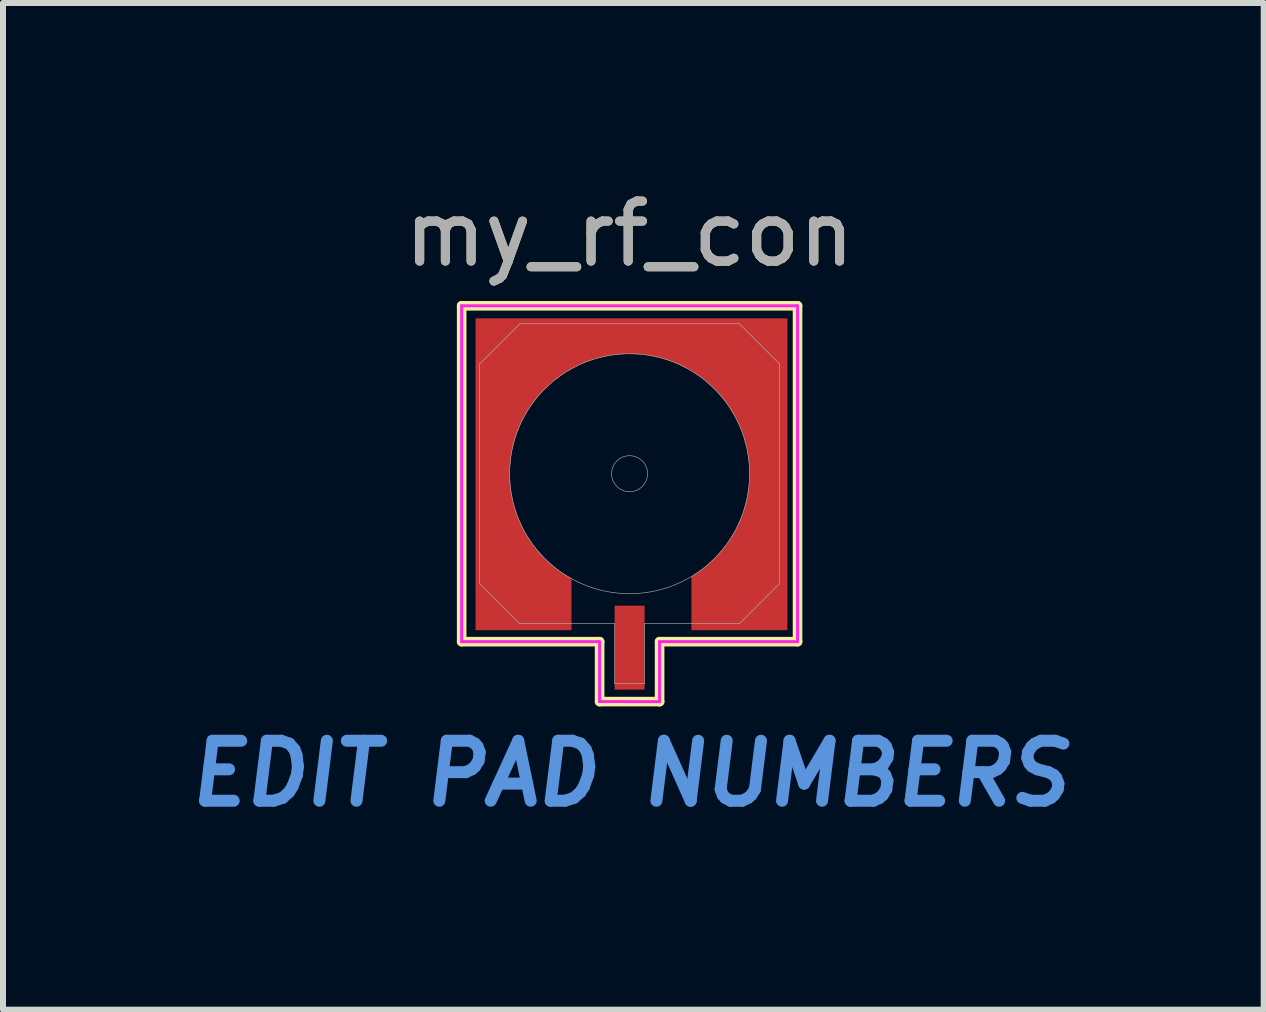
<source format=kicad_pcb>
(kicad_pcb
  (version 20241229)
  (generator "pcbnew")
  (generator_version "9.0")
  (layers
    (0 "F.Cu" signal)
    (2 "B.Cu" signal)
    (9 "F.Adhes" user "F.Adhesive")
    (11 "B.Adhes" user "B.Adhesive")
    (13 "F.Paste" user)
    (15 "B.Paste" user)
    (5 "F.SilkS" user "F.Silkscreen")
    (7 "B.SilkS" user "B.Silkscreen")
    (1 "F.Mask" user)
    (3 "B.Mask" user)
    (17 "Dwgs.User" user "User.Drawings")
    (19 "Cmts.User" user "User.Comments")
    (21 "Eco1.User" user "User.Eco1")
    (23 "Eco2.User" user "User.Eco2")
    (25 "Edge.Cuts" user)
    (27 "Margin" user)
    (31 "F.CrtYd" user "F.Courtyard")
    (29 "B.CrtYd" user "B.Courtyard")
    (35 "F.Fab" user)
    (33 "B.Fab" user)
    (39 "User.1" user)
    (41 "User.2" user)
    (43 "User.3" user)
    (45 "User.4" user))
  (footprint "my_rf_con"
    (layer "F.Cu")
    (at 7.447 4.848)
    (property "Reference" "my_rf_con" (at 0 -4 0) (layer "F.SilkS") (effects (font (size 1 1) (thickness 0.15))))
    (attr smd)
    (fp_line (start -2.8 -2.8) (end 2.8 -2.8) (stroke (width 0.16) (type solid)) (layer "F.SilkS"))
    (fp_line (start -2.8 2.8) (end -2.8 -2.8) (stroke (width 0.16) (type solid)) (layer "F.SilkS"))
    (fp_line (start -2.8 2.8) (end -0.5 2.8) (stroke (width 0.16) (type solid)) (layer "F.SilkS"))
    (fp_line (start -0.5 2.8) (end -0.5 3.799) (stroke (width 0.16) (type solid)) (layer "F.SilkS"))
    (fp_line (start -0.5 3.799) (end 0.5 3.8) (stroke (width 0.16) (type solid)) (layer "F.SilkS"))
    (fp_line (start 0.5 2.8) (end 2.8 2.8) (stroke (width 0.16) (type solid)) (layer "F.SilkS"))
    (fp_line (start 0.5 3.8) (end 0.5 2.8) (stroke (width 0.16) (type solid)) (layer "F.SilkS"))
    (fp_line (start 2.8 -2.8) (end 2.8 2.8) (stroke (width 0.16) (type solid)) (layer "F.SilkS"))
    (fp_line (start -2.8 -2.8) (end 2.8 -2.8) (stroke (width 0.05) (type solid)) (layer "F.CrtYd"))
    (fp_line (start -2.8 2.8) (end -2.8 -2.8) (stroke (width 0.05) (type solid)) (layer "F.CrtYd"))
    (fp_line (start -2.8 2.8) (end -0.5 2.8) (stroke (width 0.05) (type solid)) (layer "F.CrtYd"))
    (fp_line (start -0.5 2.8) (end -0.5 3.799) (stroke (width 0.05) (type solid)) (layer "F.CrtYd"))
    (fp_line (start -0.5 3.799) (end 0.5 3.8) (stroke (width 0.05) (type solid)) (layer "F.CrtYd"))
    (fp_line (start 0.5 2.8) (end 2.8 2.8) (stroke (width 0.05) (type solid)) (layer "F.CrtYd"))
    (fp_line (start 0.5 3.8) (end 0.5 2.8) (stroke (width 0.05) (type solid)) (layer "F.CrtYd"))
    (fp_line (start 2.8 -2.8) (end 2.8 2.8) (stroke (width 0.05) (type solid)) (layer "F.CrtYd"))
    (fp_line (start -2.5 -1.83) (end -1.83 -2.5) (stroke (width 0.01) (type solid)) (layer "F.Fab"))
    (fp_line (start -2.5 1.83) (end -2.5 -1.83) (stroke (width 0.01) (type solid)) (layer "F.Fab"))
    (fp_line (start -1.83 -2.5) (end 1.83 -2.5) (stroke (width 0.01) (type solid)) (layer "F.Fab"))
    (fp_line (start -1.83 2.5) (end -2.5 1.83) (stroke (width 0.01) (type solid)) (layer "F.Fab"))
    (fp_line (start -1.83 2.5) (end -0.25 2.5) (stroke (width 0.01) (type solid)) (layer "F.Fab"))
    (fp_line (start -0.25 2.5) (end -0.25 3.5) (stroke (width 0.01) (type solid)) (layer "F.Fab"))
    (fp_line (start -0.25 3.5) (end 0.25 3.5) (stroke (width 0.01) (type solid)) (layer "F.Fab"))
    (fp_line (start 0.25 2.5) (end 1.83 2.5) (stroke (width 0.01) (type solid)) (layer "F.Fab"))
    (fp_line (start 0.25 3.5) (end 0.25 2.5) (stroke (width 0.01) (type solid)) (layer "F.Fab"))
    (fp_line (start 1.83 -2.5) (end 2.5 -1.83) (stroke (width 0.01) (type solid)) (layer "F.Fab"))
    (fp_line (start 2.5 -1.83) (end 2.5 1.83) (stroke (width 0.01) (type solid)) (layer "F.Fab"))
    (fp_line (start 2.5 1.83) (end 1.83 2.5) (stroke (width 0.01) (type solid)) (layer "F.Fab"))
    (fp_circle (center 0 0) (end -2 0) (stroke (width 0.01) (type solid)) (fill no) (layer "F.Fab"))
    (fp_circle (center 0 0) (end -0.3 0) (stroke (width 0.01) (type solid)) (fill no) (layer "F.Fab"))
    (fp_text user "EDIT PAD NUMBERS" (at 0 5 0) (layer "Cmts.User") (effects (font (size 1 1) (thickness 0.2) (italic yes))))
    (fp_text user "${REFERENCE}" (at 0 -4 0) (layer "F.Fab") (effects (font (size 1 1) (thickness 0.15))))
    (pad "1" smd rect (at 0 2.9) (size 0.5 1.4) (layers "F.Cu" "F.Mask" "F.Paste"))
    (pad "2" smd custom (at -2 2) (size 0.6 0.6) (layers "F.Cu" "F.Mask" "F.Paste") (options (anchor circle)) (primitives (gr_poly (pts (xy 1.031 0.609) (xy -0.569 0.609) (xy -0.569 -4.591) (xy 4.631 -4.591) (xy 4.631 0.609) (xy 3.031 0.609) (xy 3.031 -0.286) (xy 3.257 -0.444) (xy 3.459 -0.632) (xy 3.633 -0.845) (xy 3.776 -1.08) (xy 3.885 -1.333) (xy 3.959 -1.598) (xy 3.996 -1.871) (xy 3.995 -2.146) (xy 3.956 -2.419) (xy 3.88 -2.684) (xy 3.768 -2.935) (xy 3.623 -3.169) (xy 3.447 -3.381) (xy 3.243 -3.567) (xy 3.016 -3.723) (xy 2.77 -3.846) (xy 2.509 -3.934) (xy 2.239 -3.986) (xy 1.964 -4) (xy 1.69 -3.976) (xy 1.421 -3.914) (xy 1.164 -3.817) (xy 0.922 -3.685) (xy 0.701 -3.521) (xy 0.504 -3.328) (xy 0.336 -3.11) (xy 0.199 -2.871) (xy 0.097 -2.615) (xy 0.031 -2.348) (xy 0.001 -2.074) (xy 0.01 -1.799) (xy 0.057 -1.528) (xy 0.14 -1.265) (xy 0.258 -1.017) (xy 0.41 -0.787) (xy 0.592 -0.58) (xy 0.8 -0.4) (xy 1.031 -0.25)) (width 0) (fill yes)))))
  (gr_rect
    (start -3 -3)
    (end 18.019 13.784)
    (stroke (width 0.1) (type default))
    (fill no)
    (layer "Edge.Cuts")))
</source>
